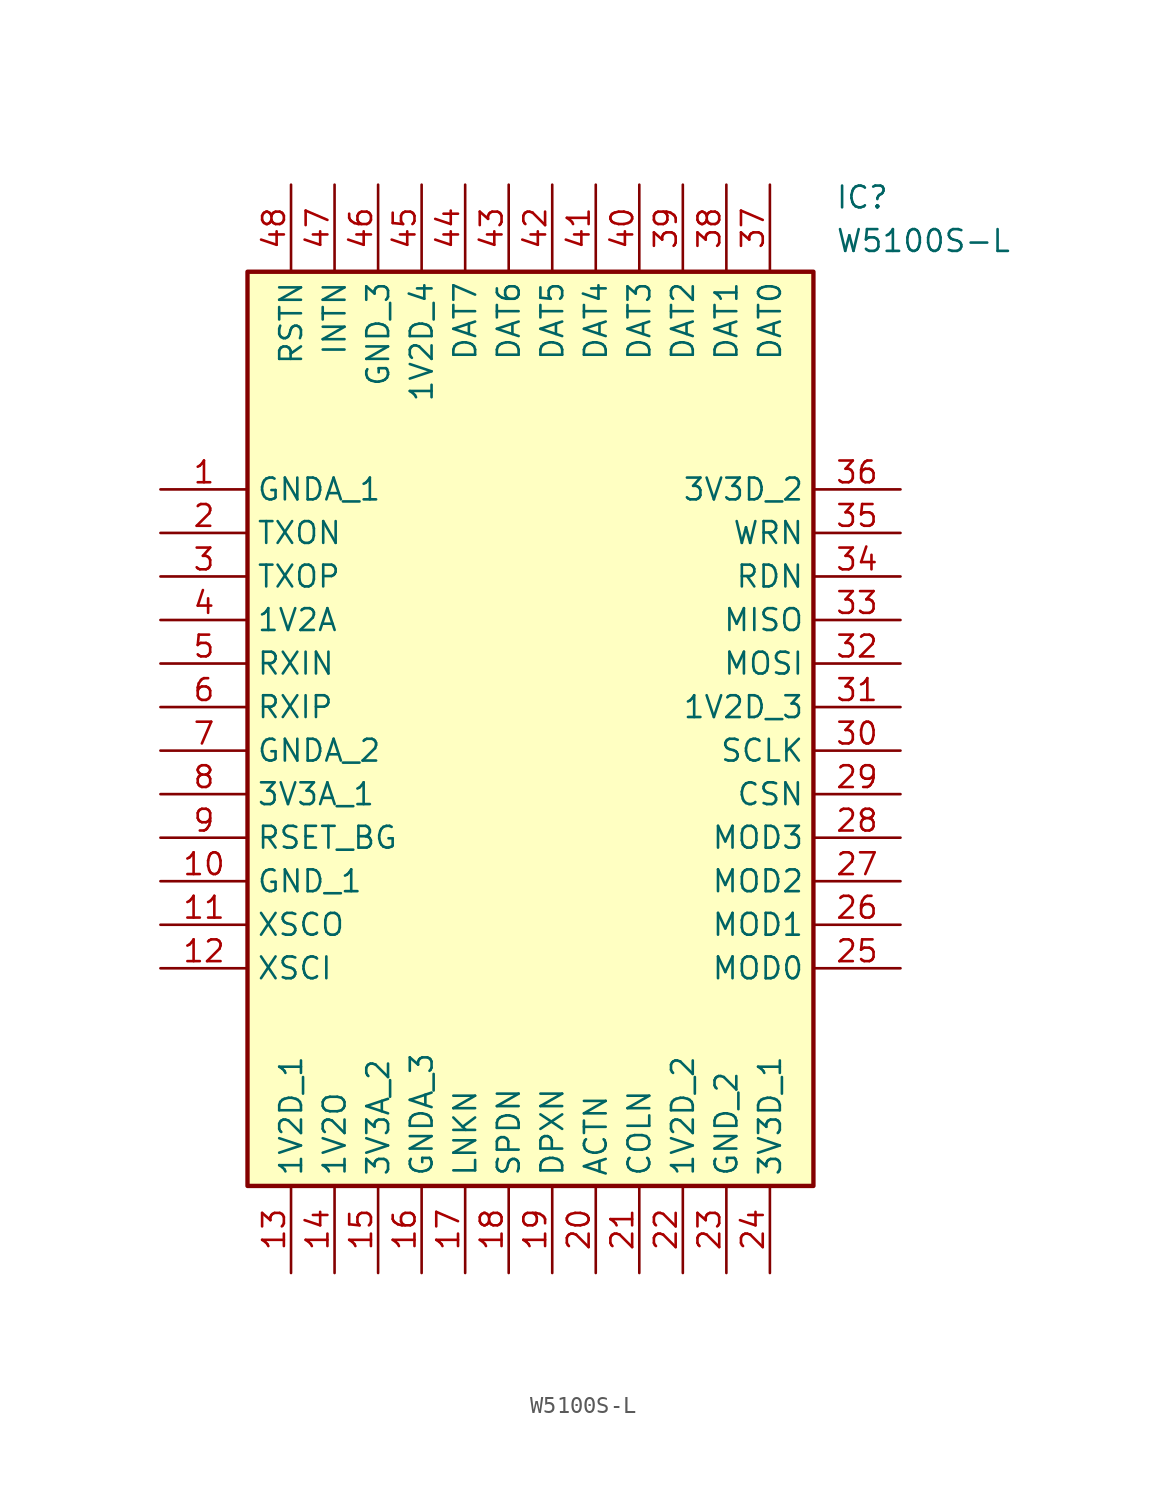
<source format=kicad_sym>
(kicad_symbol_lib
  (version 20211014)
  (generator SamacSys_ECAD_Model)
  (symbol "W5100S-L"
    (property "Reference" "IC"
      (at 39.37 17.78 0)
      (effects (font (size 1.27 1.27)) (justify left top)))
    (property "Value" "W5100S-L"
      (at 39.37 15.24 0)
      (effects (font (size 1.27 1.27)) (justify left top)))
    (rectangle
      (start 5.08 12.7)
      (end 38.1 -40.64)
      (stroke (width 0.254) (type default))
      (fill (type background)))
    (pin passive line
      (at 0 0 0)
      (length 5.08)
      (name "GNDA_1" (effects (font (size 1.27 1.27))))
      (number "1" (effects (font (size 1.27 1.27)))))
    (pin passive line
      (at 0 -2.54 0)
      (length 5.08)
      (name "TXON" (effects (font (size 1.27 1.27))))
      (number "2" (effects (font (size 1.27 1.27)))))
    (pin passive line
      (at 0 -5.08 0)
      (length 5.08)
      (name "TXOP" (effects (font (size 1.27 1.27))))
      (number "3" (effects (font (size 1.27 1.27)))))
    (pin passive line
      (at 0 -7.62 0)
      (length 5.08)
      (name "1V2A" (effects (font (size 1.27 1.27))))
      (number "4" (effects (font (size 1.27 1.27)))))
    (pin passive line
      (at 0 -10.16 0)
      (length 5.08)
      (name "RXIN" (effects (font (size 1.27 1.27))))
      (number "5" (effects (font (size 1.27 1.27)))))
    (pin passive line
      (at 0 -12.7 0)
      (length 5.08)
      (name "RXIP" (effects (font (size 1.27 1.27))))
      (number "6" (effects (font (size 1.27 1.27)))))
    (pin passive line
      (at 0 -15.24 0)
      (length 5.08)
      (name "GNDA_2" (effects (font (size 1.27 1.27))))
      (number "7" (effects (font (size 1.27 1.27)))))
    (pin passive line
      (at 0 -17.78 0)
      (length 5.08)
      (name "3V3A_1" (effects (font (size 1.27 1.27))))
      (number "8" (effects (font (size 1.27 1.27)))))
    (pin passive line
      (at 0 -20.32 0)
      (length 5.08)
      (name "RSET_BG" (effects (font (size 1.27 1.27))))
      (number "9" (effects (font (size 1.27 1.27)))))
    (pin passive line
      (at 0 -22.86 0)
      (length 5.08)
      (name "GND_1" (effects (font (size 1.27 1.27))))
      (number "10" (effects (font (size 1.27 1.27)))))
    (pin passive line
      (at 0 -25.4 0)
      (length 5.08)
      (name "XSCO" (effects (font (size 1.27 1.27))))
      (number "11" (effects (font (size 1.27 1.27)))))
    (pin passive line
      (at 0 -27.94 0)
      (length 5.08)
      (name "XSCI" (effects (font (size 1.27 1.27))))
      (number "12" (effects (font (size 1.27 1.27)))))
    (pin passive line
      (at 7.62 -45.72 90)
      (length 5.08)
      (name "1V2D_1" (effects (font (size 1.27 1.27))))
      (number "13" (effects (font (size 1.27 1.27)))))
    (pin passive line
      (at 10.16 -45.72 90)
      (length 5.08)
      (name "1V2O" (effects (font (size 1.27 1.27))))
      (number "14" (effects (font (size 1.27 1.27)))))
    (pin passive line
      (at 12.7 -45.72 90)
      (length 5.08)
      (name "3V3A_2" (effects (font (size 1.27 1.27))))
      (number "15" (effects (font (size 1.27 1.27)))))
    (pin passive line
      (at 15.24 -45.72 90)
      (length 5.08)
      (name "GNDA_3" (effects (font (size 1.27 1.27))))
      (number "16" (effects (font (size 1.27 1.27)))))
    (pin passive line
      (at 17.78 -45.72 90)
      (length 5.08)
      (name "LNKN" (effects (font (size 1.27 1.27))))
      (number "17" (effects (font (size 1.27 1.27)))))
    (pin passive line
      (at 20.32 -45.72 90)
      (length 5.08)
      (name "SPDN" (effects (font (size 1.27 1.27))))
      (number "18" (effects (font (size 1.27 1.27)))))
    (pin passive line
      (at 22.86 -45.72 90)
      (length 5.08)
      (name "DPXN" (effects (font (size 1.27 1.27))))
      (number "19" (effects (font (size 1.27 1.27)))))
    (pin passive line
      (at 25.4 -45.72 90)
      (length 5.08)
      (name "ACTN" (effects (font (size 1.27 1.27))))
      (number "20" (effects (font (size 1.27 1.27)))))
    (pin passive line
      (at 27.94 -45.72 90)
      (length 5.08)
      (name "COLN" (effects (font (size 1.27 1.27))))
      (number "21" (effects (font (size 1.27 1.27)))))
    (pin passive line
      (at 30.48 -45.72 90)
      (length 5.08)
      (name "1V2D_2" (effects (font (size 1.27 1.27))))
      (number "22" (effects (font (size 1.27 1.27)))))
    (pin passive line
      (at 33.02 -45.72 90)
      (length 5.08)
      (name "GND_2" (effects (font (size 1.27 1.27))))
      (number "23" (effects (font (size 1.27 1.27)))))
    (pin passive line
      (at 35.56 -45.72 90)
      (length 5.08)
      (name "3V3D_1" (effects (font (size 1.27 1.27))))
      (number "24" (effects (font (size 1.27 1.27)))))
    (pin passive line
      (at 43.18 0 180)
      (length 5.08)
      (name "3V3D_2" (effects (font (size 1.27 1.27))))
      (number "36" (effects (font (size 1.27 1.27)))))
    (pin passive line
      (at 43.18 -2.54 180)
      (length 5.08)
      (name "WRN" (effects (font (size 1.27 1.27))))
      (number "35" (effects (font (size 1.27 1.27)))))
    (pin passive line
      (at 43.18 -5.08 180)
      (length 5.08)
      (name "RDN" (effects (font (size 1.27 1.27))))
      (number "34" (effects (font (size 1.27 1.27)))))
    (pin passive line
      (at 43.18 -7.62 180)
      (length 5.08)
      (name "MISO" (effects (font (size 1.27 1.27))))
      (number "33" (effects (font (size 1.27 1.27)))))
    (pin passive line
      (at 43.18 -10.16 180)
      (length 5.08)
      (name "MOSI" (effects (font (size 1.27 1.27))))
      (number "32" (effects (font (size 1.27 1.27)))))
    (pin passive line
      (at 43.18 -12.7 180)
      (length 5.08)
      (name "1V2D_3" (effects (font (size 1.27 1.27))))
      (number "31" (effects (font (size 1.27 1.27)))))
    (pin passive line
      (at 43.18 -15.24 180)
      (length 5.08)
      (name "SCLK" (effects (font (size 1.27 1.27))))
      (number "30" (effects (font (size 1.27 1.27)))))
    (pin passive line
      (at 43.18 -17.78 180)
      (length 5.08)
      (name "CSN" (effects (font (size 1.27 1.27))))
      (number "29" (effects (font (size 1.27 1.27)))))
    (pin passive line
      (at 43.18 -20.32 180)
      (length 5.08)
      (name "MOD3" (effects (font (size 1.27 1.27))))
      (number "28" (effects (font (size 1.27 1.27)))))
    (pin passive line
      (at 43.18 -22.86 180)
      (length 5.08)
      (name "MOD2" (effects (font (size 1.27 1.27))))
      (number "27" (effects (font (size 1.27 1.27)))))
    (pin passive line
      (at 43.18 -25.4 180)
      (length 5.08)
      (name "MOD1" (effects (font (size 1.27 1.27))))
      (number "26" (effects (font (size 1.27 1.27)))))
    (pin passive line
      (at 43.18 -27.94 180)
      (length 5.08)
      (name "MOD0" (effects (font (size 1.27 1.27))))
      (number "25" (effects (font (size 1.27 1.27)))))
    (pin passive line
      (at 7.62 17.78 270)
      (length 5.08)
      (name "RSTN" (effects (font (size 1.27 1.27))))
      (number "48" (effects (font (size 1.27 1.27)))))
    (pin passive line
      (at 10.16 17.78 270)
      (length 5.08)
      (name "INTN" (effects (font (size 1.27 1.27))))
      (number "47" (effects (font (size 1.27 1.27)))))
    (pin passive line
      (at 12.7 17.78 270)
      (length 5.08)
      (name "GND_3" (effects (font (size 1.27 1.27))))
      (number "46" (effects (font (size 1.27 1.27)))))
    (pin passive line
      (at 15.24 17.78 270)
      (length 5.08)
      (name "1V2D_4" (effects (font (size 1.27 1.27))))
      (number "45" (effects (font (size 1.27 1.27)))))
    (pin passive line
      (at 17.78 17.78 270)
      (length 5.08)
      (name "DAT7" (effects (font (size 1.27 1.27))))
      (number "44" (effects (font (size 1.27 1.27)))))
    (pin passive line
      (at 20.32 17.78 270)
      (length 5.08)
      (name "DAT6" (effects (font (size 1.27 1.27))))
      (number "43" (effects (font (size 1.27 1.27)))))
    (pin passive line
      (at 22.86 17.78 270)
      (length 5.08)
      (name "DAT5" (effects (font (size 1.27 1.27))))
      (number "42" (effects (font (size 1.27 1.27)))))
    (pin passive line
      (at 25.4 17.78 270)
      (length 5.08)
      (name "DAT4" (effects (font (size 1.27 1.27))))
      (number "41" (effects (font (size 1.27 1.27)))))
    (pin passive line
      (at 27.94 17.78 270)
      (length 5.08)
      (name "DAT3" (effects (font (size 1.27 1.27))))
      (number "40" (effects (font (size 1.27 1.27)))))
    (pin passive line
      (at 30.48 17.78 270)
      (length 5.08)
      (name "DAT2" (effects (font (size 1.27 1.27))))
      (number "39" (effects (font (size 1.27 1.27)))))
    (pin passive line
      (at 33.02 17.78 270)
      (length 5.08)
      (name "DAT1" (effects (font (size 1.27 1.27))))
      (number "38" (effects (font (size 1.27 1.27)))))
    (pin passive line
      (at 35.56 17.78 270)
      (length 5.08)
      (name "DAT0" (effects (font (size 1.27 1.27))))
      (number "37" (effects (font (size 1.27 1.27)))))))
</source>
